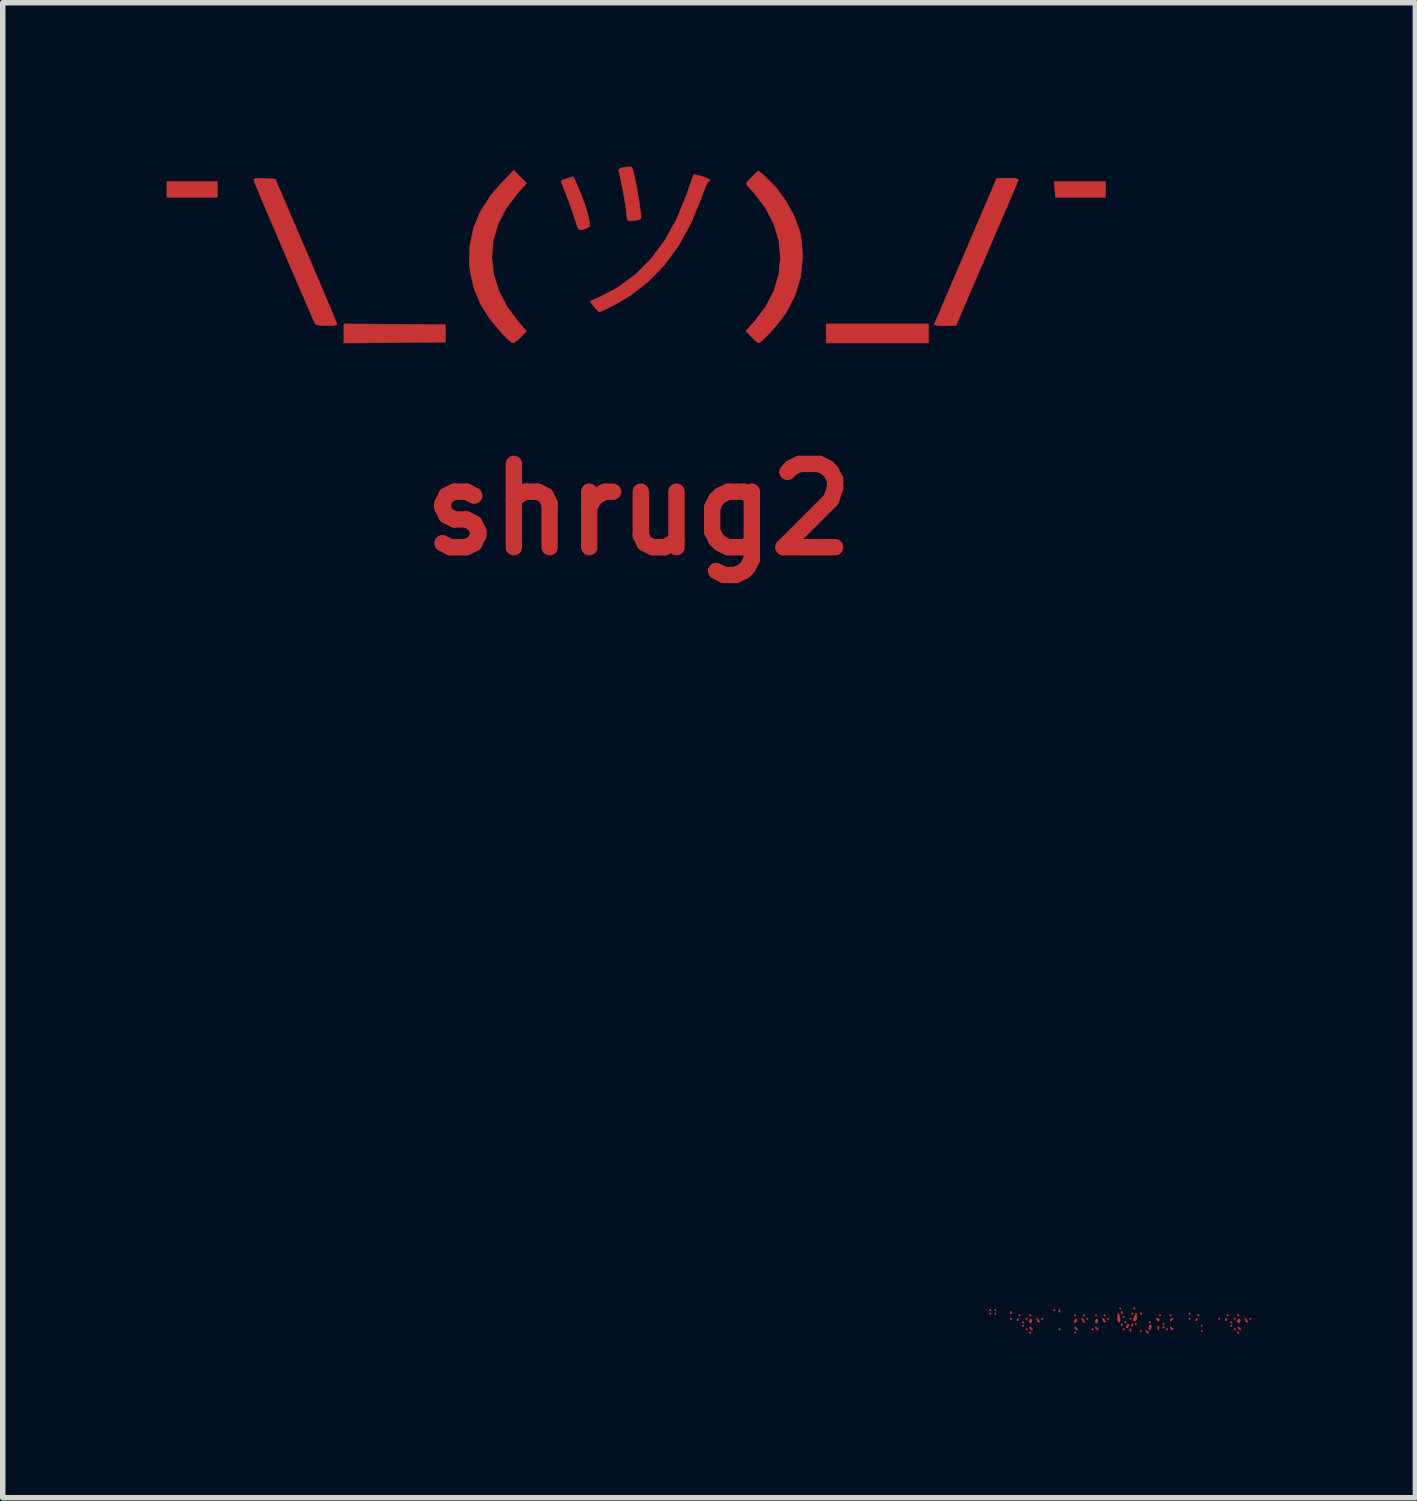
<source format=kicad_pcb>
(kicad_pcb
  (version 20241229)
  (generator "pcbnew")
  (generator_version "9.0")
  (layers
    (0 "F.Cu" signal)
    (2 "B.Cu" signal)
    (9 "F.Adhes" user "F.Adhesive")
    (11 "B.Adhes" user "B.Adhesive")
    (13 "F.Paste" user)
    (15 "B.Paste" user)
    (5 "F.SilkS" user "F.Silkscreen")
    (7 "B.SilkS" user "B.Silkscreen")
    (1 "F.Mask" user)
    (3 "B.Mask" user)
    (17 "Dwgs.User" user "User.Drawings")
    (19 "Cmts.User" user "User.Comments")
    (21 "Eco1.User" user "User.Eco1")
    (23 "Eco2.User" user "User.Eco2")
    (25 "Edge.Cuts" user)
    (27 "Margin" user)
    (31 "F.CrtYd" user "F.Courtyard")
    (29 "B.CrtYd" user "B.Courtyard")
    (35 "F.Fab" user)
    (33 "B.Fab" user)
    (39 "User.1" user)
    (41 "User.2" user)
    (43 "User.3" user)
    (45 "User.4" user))
  (footprint "shrug2"
    (layer "F.Cu")
    (at 8.641 6.275)
    (property "Reference" "shrug2" (at 0 0 0) (layer "F.Cu") (effects (font (size 1.524 1.524) (thickness 0.3))))
    (attr through_hole)
    (fp_poly (pts (xy -7.715 -5.715) (xy -8.636 -5.715) (xy -8.636 -6.001) (xy -7.715 -6.001) (xy -7.715 -5.715)) (stroke (width 0.01) (type solid)) (fill yes) (layer "F.Cu"))
    (fp_poly (pts (xy 5.302 -3.048) (xy 3.429 -3.048) (xy 3.429 -3.397) (xy 5.302 -3.397) (xy 5.302 -3.048)) (stroke (width 0.01) (type solid)) (fill yes) (layer "F.Cu"))
    (fp_poly (pts (xy 6.445 14.653) (xy 6.429 14.668) (xy 6.413 14.653) (xy 6.429 14.637) (xy 6.445 14.653)) (stroke (width 0.01) (type solid)) (fill yes) (layer "F.Cu"))
    (fp_poly (pts (xy 6.445 14.716) (xy 6.429 14.732) (xy 6.413 14.716) (xy 6.429 14.7) (xy 6.445 14.716)) (stroke (width 0.01) (type solid)) (fill yes) (layer "F.Cu"))
    (fp_poly (pts (xy 6.54 14.653) (xy 6.525 14.668) (xy 6.509 14.653) (xy 6.525 14.637) (xy 6.54 14.653)) (stroke (width 0.01) (type solid)) (fill yes) (layer "F.Cu"))
    (fp_poly (pts (xy 6.54 14.716) (xy 6.525 14.732) (xy 6.509 14.716) (xy 6.525 14.7) (xy 6.54 14.716)) (stroke (width 0.01) (type solid)) (fill yes) (layer "F.Cu"))
    (fp_poly (pts (xy 6.826 14.811) (xy 6.81 14.827) (xy 6.795 14.811) (xy 6.81 14.796) (xy 6.826 14.811)) (stroke (width 0.01) (type solid)) (fill yes) (layer "F.Cu"))
    (fp_poly (pts (xy 6.985 14.748) (xy 6.969 14.764) (xy 6.953 14.748) (xy 6.969 14.732) (xy 6.985 14.748)) (stroke (width 0.01) (type solid)) (fill yes) (layer "F.Cu"))
    (fp_poly (pts (xy 7.048 14.875) (xy 7.033 14.891) (xy 7.017 14.875) (xy 7.033 14.859) (xy 7.048 14.875)) (stroke (width 0.01) (type solid)) (fill yes) (layer "F.Cu"))
    (fp_poly (pts (xy 7.048 14.938) (xy 7.033 14.954) (xy 7.017 14.938) (xy 7.033 14.922) (xy 7.048 14.938)) (stroke (width 0.01) (type solid)) (fill yes) (layer "F.Cu"))
    (fp_poly (pts (xy 7.112 14.811) (xy 7.096 14.827) (xy 7.08 14.811) (xy 7.096 14.796) (xy 7.112 14.811)) (stroke (width 0.01) (type solid)) (fill yes) (layer "F.Cu"))
    (fp_poly (pts (xy 7.112 15.002) (xy 7.096 15.018) (xy 7.08 15.002) (xy 7.096 14.986) (xy 7.112 15.002)) (stroke (width 0.01) (type solid)) (fill yes) (layer "F.Cu"))
    (fp_poly (pts (xy 7.176 14.748) (xy 7.16 14.764) (xy 7.144 14.748) (xy 7.16 14.732) (xy 7.176 14.748)) (stroke (width 0.01) (type solid)) (fill yes) (layer "F.Cu"))
    (fp_poly (pts (xy 7.176 15.065) (xy 7.16 15.081) (xy 7.144 15.065) (xy 7.16 15.05) (xy 7.176 15.065)) (stroke (width 0.01) (type solid)) (fill yes) (layer "F.Cu"))
    (fp_poly (pts (xy 7.398 14.811) (xy 7.382 14.827) (xy 7.366 14.811) (xy 7.382 14.796) (xy 7.398 14.811)) (stroke (width 0.01) (type solid)) (fill yes) (layer "F.Cu"))
    (fp_poly (pts (xy 7.62 14.653) (xy 7.604 14.668) (xy 7.588 14.653) (xy 7.604 14.637) (xy 7.62 14.653)) (stroke (width 0.01) (type solid)) (fill yes) (layer "F.Cu"))
    (fp_poly (pts (xy 7.715 15.002) (xy 7.699 15.018) (xy 7.684 15.002) (xy 7.699 14.986) (xy 7.715 15.002)) (stroke (width 0.01) (type solid)) (fill yes) (layer "F.Cu"))
    (fp_poly (pts (xy 8.001 14.748) (xy 7.985 14.764) (xy 7.969 14.748) (xy 7.985 14.732) (xy 8.001 14.748)) (stroke (width 0.01) (type solid)) (fill yes) (layer "F.Cu"))
    (fp_poly (pts (xy 8.001 15.065) (xy 7.985 15.081) (xy 7.969 15.065) (xy 7.985 15.05) (xy 8.001 15.065)) (stroke (width 0.01) (type solid)) (fill yes) (layer "F.Cu"))
    (fp_poly (pts (xy 8.16 14.748) (xy 8.144 14.764) (xy 8.128 14.748) (xy 8.144 14.732) (xy 8.16 14.748)) (stroke (width 0.01) (type solid)) (fill yes) (layer "F.Cu"))
    (fp_poly (pts (xy 8.223 14.811) (xy 8.207 14.827) (xy 8.191 14.811) (xy 8.207 14.796) (xy 8.223 14.811)) (stroke (width 0.01) (type solid)) (fill yes) (layer "F.Cu"))
    (fp_poly (pts (xy 8.319 15.002) (xy 8.303 15.018) (xy 8.287 15.002) (xy 8.303 14.986) (xy 8.319 15.002)) (stroke (width 0.01) (type solid)) (fill yes) (layer "F.Cu"))
    (fp_poly (pts (xy 8.382 14.748) (xy 8.366 14.764) (xy 8.35 14.748) (xy 8.366 14.732) (xy 8.382 14.748)) (stroke (width 0.01) (type solid)) (fill yes) (layer "F.Cu"))
    (fp_poly (pts (xy 8.541 14.748) (xy 8.525 14.764) (xy 8.509 14.748) (xy 8.525 14.732) (xy 8.541 14.748)) (stroke (width 0.01) (type solid)) (fill yes) (layer "F.Cu"))
    (fp_poly (pts (xy 8.604 14.811) (xy 8.588 14.827) (xy 8.572 14.811) (xy 8.588 14.796) (xy 8.604 14.811)) (stroke (width 0.01) (type solid)) (fill yes) (layer "F.Cu"))
    (fp_poly (pts (xy 8.826 14.621) (xy 8.811 14.637) (xy 8.795 14.621) (xy 8.811 14.605) (xy 8.826 14.621)) (stroke (width 0.01) (type solid)) (fill yes) (layer "F.Cu"))
    (fp_poly (pts (xy 8.89 14.78) (xy 8.874 14.796) (xy 8.858 14.78) (xy 8.874 14.764) (xy 8.89 14.78)) (stroke (width 0.01) (type solid)) (fill yes) (layer "F.Cu"))
    (fp_poly (pts (xy 8.89 15.002) (xy 8.874 15.018) (xy 8.858 15.002) (xy 8.874 14.986) (xy 8.89 15.002)) (stroke (width 0.01) (type solid)) (fill yes) (layer "F.Cu"))
    (fp_poly (pts (xy 8.922 14.875) (xy 8.906 14.891) (xy 8.89 14.875) (xy 8.906 14.859) (xy 8.922 14.875)) (stroke (width 0.01) (type solid)) (fill yes) (layer "F.Cu"))
    (fp_poly (pts (xy 9.017 14.811) (xy 9.001 14.827) (xy 8.985 14.811) (xy 9.001 14.796) (xy 9.017 14.811)) (stroke (width 0.01) (type solid)) (fill yes) (layer "F.Cu"))
    (fp_poly (pts (xy 9.049 14.716) (xy 9.033 14.732) (xy 9.017 14.716) (xy 9.033 14.7) (xy 9.049 14.716)) (stroke (width 0.01) (type solid)) (fill yes) (layer "F.Cu"))
    (fp_poly (pts (xy 9.081 14.621) (xy 9.065 14.637) (xy 9.049 14.621) (xy 9.065 14.605) (xy 9.081 14.621)) (stroke (width 0.01) (type solid)) (fill yes) (layer "F.Cu"))
    (fp_poly (pts (xy 9.112 14.907) (xy 9.096 14.922) (xy 9.081 14.907) (xy 9.096 14.891) (xy 9.112 14.907)) (stroke (width 0.01) (type solid)) (fill yes) (layer "F.Cu"))
    (fp_poly (pts (xy 9.207 14.716) (xy 9.192 14.732) (xy 9.176 14.716) (xy 9.192 14.7) (xy 9.207 14.716)) (stroke (width 0.01) (type solid)) (fill yes) (layer "F.Cu"))
    (fp_poly (pts (xy 9.207 15.034) (xy 9.192 15.05) (xy 9.176 15.034) (xy 9.192 15.018) (xy 9.207 15.034)) (stroke (width 0.01) (type solid)) (fill yes) (layer "F.Cu"))
    (fp_poly (pts (xy 9.366 14.875) (xy 9.35 14.891) (xy 9.335 14.875) (xy 9.35 14.859) (xy 9.366 14.875)) (stroke (width 0.01) (type solid)) (fill yes) (layer "F.Cu"))
    (fp_poly (pts (xy 9.557 14.748) (xy 9.541 14.764) (xy 9.525 14.748) (xy 9.541 14.732) (xy 9.557 14.748)) (stroke (width 0.01) (type solid)) (fill yes) (layer "F.Cu"))
    (fp_poly (pts (xy 9.62 14.907) (xy 9.604 14.922) (xy 9.588 14.907) (xy 9.604 14.891) (xy 9.62 14.907)) (stroke (width 0.01) (type solid)) (fill yes) (layer "F.Cu"))
    (fp_poly (pts (xy 9.62 14.97) (xy 9.604 14.986) (xy 9.588 14.97) (xy 9.604 14.954) (xy 9.62 14.97)) (stroke (width 0.01) (type solid)) (fill yes) (layer "F.Cu"))
    (fp_poly (pts (xy 9.684 15.002) (xy 9.668 15.018) (xy 9.652 15.002) (xy 9.668 14.986) (xy 9.684 15.002)) (stroke (width 0.01) (type solid)) (fill yes) (layer "F.Cu"))
    (fp_poly (pts (xy 9.747 14.748) (xy 9.731 14.764) (xy 9.716 14.748) (xy 9.731 14.732) (xy 9.747 14.748)) (stroke (width 0.01) (type solid)) (fill yes) (layer "F.Cu"))
    (fp_poly (pts (xy 10.097 14.716) (xy 10.081 14.732) (xy 10.065 14.716) (xy 10.081 14.7) (xy 10.097 14.716)) (stroke (width 0.01) (type solid)) (fill yes) (layer "F.Cu"))
    (fp_poly (pts (xy 10.097 14.811) (xy 10.081 14.827) (xy 10.065 14.811) (xy 10.081 14.796) (xy 10.097 14.811)) (stroke (width 0.01) (type solid)) (fill yes) (layer "F.Cu"))
    (fp_poly (pts (xy 10.255 14.748) (xy 10.239 14.764) (xy 10.223 14.748) (xy 10.239 14.732) (xy 10.255 14.748)) (stroke (width 0.01) (type solid)) (fill yes) (layer "F.Cu"))
    (fp_poly (pts (xy 10.319 14.938) (xy 10.303 14.954) (xy 10.287 14.938) (xy 10.303 14.922) (xy 10.319 14.938)) (stroke (width 0.01) (type solid)) (fill yes) (layer "F.Cu"))
    (fp_poly (pts (xy 10.319 15.034) (xy 10.303 15.05) (xy 10.287 15.034) (xy 10.303 15.018) (xy 10.319 15.034)) (stroke (width 0.01) (type solid)) (fill yes) (layer "F.Cu"))
    (fp_poly (pts (xy 10.636 14.811) (xy 10.62 14.827) (xy 10.604 14.811) (xy 10.62 14.796) (xy 10.636 14.811)) (stroke (width 0.01) (type solid)) (fill yes) (layer "F.Cu"))
    (fp_poly (pts (xy 10.795 14.748) (xy 10.779 14.764) (xy 10.763 14.748) (xy 10.779 14.732) (xy 10.795 14.748)) (stroke (width 0.01) (type solid)) (fill yes) (layer "F.Cu"))
    (fp_poly (pts (xy 10.858 14.875) (xy 10.843 14.891) (xy 10.827 14.875) (xy 10.843 14.859) (xy 10.858 14.875)) (stroke (width 0.01) (type solid)) (fill yes) (layer "F.Cu"))
    (fp_poly (pts (xy 10.858 14.938) (xy 10.843 14.954) (xy 10.827 14.938) (xy 10.843 14.922) (xy 10.858 14.938)) (stroke (width 0.01) (type solid)) (fill yes) (layer "F.Cu"))
    (fp_poly (pts (xy 10.922 14.811) (xy 10.906 14.827) (xy 10.89 14.811) (xy 10.906 14.796) (xy 10.922 14.811)) (stroke (width 0.01) (type solid)) (fill yes) (layer "F.Cu"))
    (fp_poly (pts (xy 10.922 15.002) (xy 10.906 15.018) (xy 10.89 15.002) (xy 10.906 14.986) (xy 10.922 15.002)) (stroke (width 0.01) (type solid)) (fill yes) (layer "F.Cu"))
    (fp_poly (pts (xy 10.986 14.748) (xy 10.97 14.764) (xy 10.954 14.748) (xy 10.97 14.732) (xy 10.986 14.748)) (stroke (width 0.01) (type solid)) (fill yes) (layer "F.Cu"))
    (fp_poly (pts (xy 10.986 15.065) (xy 10.97 15.081) (xy 10.954 15.065) (xy 10.97 15.05) (xy 10.986 15.065)) (stroke (width 0.01) (type solid)) (fill yes) (layer "F.Cu"))
    (fp_poly (pts (xy 11.208 14.811) (xy 11.192 14.827) (xy 11.176 14.811) (xy 11.192 14.796) (xy 11.208 14.811)) (stroke (width 0.01) (type solid)) (fill yes) (layer "F.Cu"))
    (fp_poly (pts (xy 8.541 -5.715) (xy 7.626 -5.715) (xy 7.615 -5.858) (xy 7.604 -6.001) (xy 8.541 -6.001) (xy 8.541 -5.715)) (stroke (width 0.01) (type solid)) (fill yes) (layer "F.Cu"))
    (fp_poly (pts (xy -4.469 -3.39) (xy -3.54 -3.381) (xy -3.54 -3.064) (xy -4.469 -3.055) (xy -5.397 -3.047) (xy -5.397 -3.398) (xy -4.469 -3.39)) (stroke (width 0.01) (type solid)) (fill yes) (layer "F.Cu"))
    (fp_poly (pts (xy 6.816 14.679) (xy 6.819 14.717) (xy 6.816 14.721) (xy 6.797 14.717) (xy 6.795 14.7) (xy 6.806 14.674) (xy 6.816 14.679)) (stroke (width 0.01) (type solid)) (fill yes) (layer "F.Cu"))
    (fp_poly (pts (xy 6.943 14.806) (xy 6.946 14.844) (xy 6.943 14.848) (xy 6.924 14.844) (xy 6.921 14.827) (xy 6.933 14.801) (xy 6.943 14.806)) (stroke (width 0.01) (type solid)) (fill yes) (layer "F.Cu"))
    (fp_poly (pts (xy 7.705 14.647) (xy 7.708 14.685) (xy 7.705 14.69) (xy 7.686 14.685) (xy 7.684 14.668) (xy 7.695 14.642) (xy 7.705 14.647)) (stroke (width 0.01) (type solid)) (fill yes) (layer "F.Cu"))
    (fp_poly (pts (xy 8.848 14.679) (xy 8.851 14.717) (xy 8.848 14.721) (xy 8.829 14.717) (xy 8.826 14.7) (xy 8.838 14.674) (xy 8.848 14.679)) (stroke (width 0.01) (type solid)) (fill yes) (layer "F.Cu"))
    (fp_poly (pts (xy 8.848 14.901) (xy 8.851 14.939) (xy 8.848 14.944) (xy 8.829 14.939) (xy 8.826 14.922) (xy 8.838 14.896) (xy 8.848 14.901)) (stroke (width 0.01) (type solid)) (fill yes) (layer "F.Cu"))
    (fp_poly (pts (xy 9.006 14.997) (xy 9.01 15.034) (xy 9.006 15.039) (xy 8.988 15.035) (xy 8.985 15.018) (xy 8.997 14.992) (xy 9.006 14.997)) (stroke (width 0.01) (type solid)) (fill yes) (layer "F.Cu"))
    (fp_poly (pts (xy 9.038 14.901) (xy 9.042 14.939) (xy 9.038 14.944) (xy 9.019 14.939) (xy 9.017 14.922) (xy 9.029 14.896) (xy 9.038 14.901)) (stroke (width 0.01) (type solid)) (fill yes) (layer "F.Cu"))
    (fp_poly (pts (xy 9.515 14.948) (xy 9.519 14.998) (xy 9.512 15.009) (xy 9.498 15) (xy 9.496 14.967) (xy 9.504 14.934) (xy 9.515 14.948)) (stroke (width 0.01) (type solid)) (fill yes) (layer "F.Cu"))
    (fp_poly (pts (xy 10.213 14.806) (xy 10.217 14.844) (xy 10.213 14.848) (xy 10.194 14.844) (xy 10.192 14.827) (xy 10.203 14.801) (xy 10.213 14.806)) (stroke (width 0.01) (type solid)) (fill yes) (layer "F.Cu"))
    (fp_poly (pts (xy 10.753 14.806) (xy 10.756 14.844) (xy 10.753 14.848) (xy 10.734 14.844) (xy 10.732 14.827) (xy 10.743 14.801) (xy 10.753 14.806)) (stroke (width 0.01) (type solid)) (fill yes) (layer "F.Cu"))
    (fp_poly (pts (xy 7.171 14.967) (xy 7.205 14.999) (xy 7.198 15.017) (xy 7.193 15.018) (xy 7.166 14.995) (xy 7.157 14.981) (xy 7.153 14.959) (xy 7.171 14.967)) (stroke (width 0.01) (type solid)) (fill yes) (layer "F.Cu"))
    (fp_poly (pts (xy 7.302 14.815) (xy 7.306 14.819) (xy 7.332 14.86) (xy 7.328 14.876) (xy 7.304 14.866) (xy 7.289 14.837) (xy 7.279 14.799) (xy 7.302 14.815)) (stroke (width 0.01) (type solid)) (fill yes) (layer "F.Cu"))
    (fp_poly (pts (xy 7.996 14.967) (xy 8.03 14.999) (xy 8.023 15.017) (xy 8.019 15.018) (xy 7.992 14.995) (xy 7.982 14.981) (xy 7.978 14.959) (xy 7.996 14.967)) (stroke (width 0.01) (type solid)) (fill yes) (layer "F.Cu"))
    (fp_poly (pts (xy 8.019 14.817) (xy 8.013 14.841) (xy 7.987 14.886) (xy 7.971 14.879) (xy 7.969 14.861) (xy 7.992 14.818) (xy 8.001 14.812) (xy 8.019 14.817)) (stroke (width 0.01) (type solid)) (fill yes) (layer "F.Cu"))
    (fp_poly (pts (xy 8.128 14.815) (xy 8.132 14.819) (xy 8.157 14.86) (xy 8.154 14.876) (xy 8.13 14.866) (xy 8.114 14.837) (xy 8.104 14.799) (xy 8.128 14.815)) (stroke (width 0.01) (type solid)) (fill yes) (layer "F.Cu"))
    (fp_poly (pts (xy 8.377 14.967) (xy 8.411 14.997) (xy 8.414 15.004) (xy 8.399 15.017) (xy 8.367 14.988) (xy 8.363 14.981) (xy 8.359 14.959) (xy 8.377 14.967)) (stroke (width 0.01) (type solid)) (fill yes) (layer "F.Cu"))
    (fp_poly (pts (xy 8.509 14.815) (xy 8.513 14.819) (xy 8.538 14.86) (xy 8.535 14.876) (xy 8.511 14.866) (xy 8.495 14.837) (xy 8.485 14.799) (xy 8.509 14.815)) (stroke (width 0.01) (type solid)) (fill yes) (layer "F.Cu"))
    (fp_poly (pts (xy 8.971 14.912) (xy 8.966 14.937) (xy 8.94 14.981) (xy 8.923 14.974) (xy 8.922 14.956) (xy 8.945 14.913) (xy 8.953 14.907) (xy 8.971 14.912)) (stroke (width 0.01) (type solid)) (fill yes) (layer "F.Cu"))
    (fp_poly (pts (xy 9.298 15.031) (xy 9.332 15.06) (xy 9.335 15.067) (xy 9.319 15.08) (xy 9.288 15.051) (xy 9.284 15.045) (xy 9.28 15.023) (xy 9.298 15.031)) (stroke (width 0.01) (type solid)) (fill yes) (layer "F.Cu"))
    (fp_poly (pts (xy 9.742 14.967) (xy 9.776 14.997) (xy 9.779 15.004) (xy 9.764 15.017) (xy 9.733 14.988) (xy 9.728 14.981) (xy 9.725 14.959) (xy 9.742 14.967)) (stroke (width 0.01) (type solid)) (fill yes) (layer "F.Cu"))
    (fp_poly (pts (xy 10.981 14.967) (xy 11.014 14.997) (xy 11.017 15.004) (xy 11.002 15.017) (xy 10.971 14.988) (xy 10.967 14.981) (xy 10.963 14.959) (xy 10.981 14.967)) (stroke (width 0.01) (type solid)) (fill yes) (layer "F.Cu"))
    (fp_poly (pts (xy 11.112 14.815) (xy 11.116 14.819) (xy 11.142 14.86) (xy 11.138 14.876) (xy 11.114 14.866) (xy 11.099 14.837) (xy 11.089 14.799) (xy 11.112 14.815)) (stroke (width 0.01) (type solid)) (fill yes) (layer "F.Cu"))
    (fp_poly (pts (xy 7.193 14.824) (xy 7.197 14.845) (xy 7.182 14.886) (xy 7.17 14.891) (xy 7.144 14.867) (xy 7.144 14.861) (xy 7.166 14.817) (xy 7.17 14.815) (xy 7.193 14.824)) (stroke (width 0.01) (type solid)) (fill yes) (layer "F.Cu"))
    (fp_poly (pts (xy 8.4 14.824) (xy 8.403 14.845) (xy 8.388 14.886) (xy 8.377 14.891) (xy 8.351 14.867) (xy 8.35 14.861) (xy 8.373 14.817) (xy 8.377 14.815) (xy 8.4 14.824)) (stroke (width 0.01) (type solid)) (fill yes) (layer "F.Cu"))
    (fp_poly (pts (xy 9.383 14.946) (xy 9.378 14.97) (xy 9.355 15.012) (xy 9.347 15.018) (xy 9.336 14.992) (xy 9.335 14.97) (xy 9.351 14.928) (xy 9.365 14.922) (xy 9.383 14.946)) (stroke (width 0.01) (type solid)) (fill yes) (layer "F.Cu"))
    (fp_poly (pts (xy 9.524 14.819) (xy 9.525 14.827) (xy 9.514 14.858) (xy 9.511 14.859) (xy 9.484 14.837) (xy 9.477 14.827) (xy 9.48 14.798) (xy 9.491 14.796) (xy 9.524 14.819)) (stroke (width 0.01) (type solid)) (fill yes) (layer "F.Cu"))
    (fp_poly (pts (xy 9.769 14.816) (xy 9.763 14.827) (xy 9.733 14.858) (xy 9.728 14.859) (xy 9.725 14.838) (xy 9.731 14.827) (xy 9.761 14.797) (xy 9.767 14.796) (xy 9.769 14.816)) (stroke (width 0.01) (type solid)) (fill yes) (layer "F.Cu"))
    (fp_poly (pts (xy 11.003 14.824) (xy 11.007 14.845) (xy 10.992 14.886) (xy 10.98 14.891) (xy 10.954 14.867) (xy 10.954 14.861) (xy 10.976 14.817) (xy 10.98 14.815) (xy 11.003 14.824)) (stroke (width 0.01) (type solid)) (fill yes) (layer "F.Cu"))
    (fp_poly (pts (xy 8.795 14.755) (xy 8.798 14.761) (xy 8.811 14.841) (xy 8.796 14.871) (xy 8.773 14.872) (xy 8.765 14.815) (xy 8.765 14.794) (xy 8.768 14.725) (xy 8.776 14.714) (xy 8.795 14.755)) (stroke (width 0.01) (type solid)) (fill yes) (layer "F.Cu"))
    (fp_poly (pts (xy 9.108 14.728) (xy 9.11 14.772) (xy 9.102 14.835) (xy 9.081 14.859) (xy 9.051 14.841) (xy 9.051 14.835) (xy 9.064 14.789) (xy 9.081 14.748) (xy 9.1 14.71) (xy 9.108 14.728)) (stroke (width 0.01) (type solid)) (fill yes) (layer "F.Cu"))
    (fp_poly (pts (xy -1.11 -5.892) (xy -1.048 -5.745) (xy -0.993 -5.592) (xy -0.947 -5.446) (xy -0.915 -5.32) (xy -0.9 -5.227) (xy -0.905 -5.179) (xy -0.906 -5.178) (xy -0.958 -5.148) (xy -1.022 -5.127) (xy -1.067 -5.119) (xy -1.098 -5.132) (xy -1.123 -5.176) (xy -1.153 -5.263) (xy -1.173 -5.327) (xy -1.221 -5.475) (xy -1.281 -5.643) (xy -1.334 -5.78) (xy -1.378 -5.889) (xy -1.409 -5.972) (xy -1.421 -6.014) (xy -1.421 -6.017) (xy -1.389 -6.03) (xy -1.32 -6.054) (xy -1.307 -6.059) (xy -1.202 -6.094) (xy -1.11 -5.892)) (stroke (width 0.01) (type solid)) (fill yes) (layer "F.Cu"))
    (fp_poly (pts (xy 6.871 -6.061) (xy 6.932 -6.049) (xy 6.945 -6.028) (xy 6.944 -6.025) (xy 6.928 -5.988) (xy 6.89 -5.899) (xy 6.833 -5.764) (xy 6.758 -5.589) (xy 6.668 -5.379) (xy 6.566 -5.142) (xy 6.455 -4.883) (xy 6.366 -4.675) (xy 5.803 -3.365) (xy 5.598 -3.365) (xy 5.496 -3.369) (xy 5.427 -3.378) (xy 5.406 -3.389) (xy 5.421 -3.423) (xy 5.458 -3.508) (xy 5.515 -3.64) (xy 5.589 -3.813) (xy 5.678 -4.021) (xy 5.779 -4.257) (xy 5.89 -4.516) (xy 5.985 -4.739) (xy 6.552 -6.064) (xy 6.756 -6.064) (xy 6.871 -6.061)) (stroke (width 0.01) (type solid)) (fill yes) (layer "F.Cu"))
    (fp_poly (pts (xy -2.172 -6.091) (xy -2.054 -5.974) (xy -2.233 -5.773) (xy -2.437 -5.501) (xy -2.582 -5.213) (xy -2.666 -4.913) (xy -2.691 -4.607) (xy -2.656 -4.3) (xy -2.561 -3.998) (xy -2.406 -3.704) (xy -2.239 -3.479) (xy -2.057 -3.264) (xy -2.162 -3.156) (xy -2.231 -3.092) (xy -2.286 -3.053) (xy -2.301 -3.048) (xy -2.34 -3.069) (xy -2.406 -3.126) (xy -2.48 -3.199) (xy -2.715 -3.474) (xy -2.891 -3.749) (xy -3.012 -4.033) (xy -3.082 -4.335) (xy -3.099 -4.49) (xy -3.093 -4.827) (xy -3.025 -5.15) (xy -2.895 -5.46) (xy -2.704 -5.755) (xy -2.536 -5.95) (xy -2.29 -6.207) (xy -2.172 -6.091)) (stroke (width 0.01) (type solid)) (fill yes) (layer "F.Cu"))
    (fp_poly (pts (xy -0.136 -6.27) (xy -0.132 -6.268) (xy -0.114 -6.229) (xy -0.091 -6.141) (xy -0.064 -6.02) (xy -0.036 -5.877) (xy -0.01 -5.728) (xy 0.013 -5.584) (xy 0.03 -5.46) (xy 0.039 -5.368) (xy 0.036 -5.323) (xy 0.035 -5.321) (xy -0.024 -5.3) (xy -0.102 -5.286) (xy -0.171 -5.283) (xy -0.2 -5.291) (xy -0.216 -5.336) (xy -0.222 -5.401) (xy -0.228 -5.466) (xy -0.244 -5.575) (xy -0.267 -5.712) (xy -0.294 -5.86) (xy -0.321 -6) (xy -0.346 -6.117) (xy -0.365 -6.193) (xy -0.368 -6.204) (xy -0.358 -6.237) (xy -0.292 -6.258) (xy -0.264 -6.262) (xy -0.184 -6.27) (xy -0.136 -6.27)) (stroke (width 0.01) (type solid)) (fill yes) (layer "F.Cu"))
    (fp_poly (pts (xy -6.855 -6.058) (xy -6.654 -6.048) (xy -6.089 -4.731) (xy -5.973 -4.46) (xy -5.865 -4.206) (xy -5.767 -3.975) (xy -5.682 -3.775) (xy -5.613 -3.61) (xy -5.562 -3.487) (xy -5.532 -3.412) (xy -5.524 -3.39) (xy -5.553 -3.376) (xy -5.623 -3.368) (xy -5.716 -3.366) (xy -5.81 -3.37) (xy -5.885 -3.379) (xy -5.919 -3.394) (xy -5.936 -3.43) (xy -5.975 -3.518) (xy -6.033 -3.65) (xy -6.106 -3.818) (xy -6.191 -4.015) (xy -6.286 -4.234) (xy -6.386 -4.468) (xy -6.489 -4.709) (xy -6.592 -4.949) (xy -6.692 -5.182) (xy -6.785 -5.4) (xy -6.868 -5.596) (xy -6.938 -5.762) (xy -6.993 -5.892) (xy -7.028 -5.977) (xy -7.04 -6.01) (xy -7.043 -6.041) (xy -7.02 -6.057) (xy -6.958 -6.061) (xy -6.855 -6.058)) (stroke (width 0.01) (type solid)) (fill yes) (layer "F.Cu"))
    (fp_poly (pts (xy 1.11 -6.11) (xy 1.193 -6.084) (xy 1.264 -6.056) (xy 1.301 -6.032) (xy 1.302 -6.028) (xy 1.278 -6.001) (xy 1.274 -6.001) (xy 1.252 -5.973) (xy 1.217 -5.897) (xy 1.173 -5.787) (xy 1.144 -5.707) (xy 0.956 -5.246) (xy 0.732 -4.837) (xy 0.47 -4.478) (xy 0.17 -4.169) (xy -0.127 -3.938) (xy -0.23 -3.872) (xy -0.35 -3.801) (xy -0.475 -3.733) (xy -0.588 -3.674) (xy -0.676 -3.634) (xy -0.723 -3.619) (xy -0.758 -3.643) (xy -0.809 -3.7) (xy -0.821 -3.715) (xy -0.892 -3.811) (xy -0.74 -3.876) (xy -0.384 -4.062) (xy -0.06 -4.302) (xy 0.229 -4.593) (xy 0.482 -4.934) (xy 0.697 -5.322) (xy 0.873 -5.755) (xy 0.876 -5.763) (xy 0.923 -5.901) (xy 0.964 -6.016) (xy 0.992 -6.094) (xy 1.004 -6.124) (xy 1.04 -6.126) (xy 1.11 -6.11)) (stroke (width 0.01) (type solid)) (fill yes) (layer "F.Cu"))
    (fp_poly (pts (xy 2.292 -6.112) (xy 2.499 -5.907) (xy 2.683 -5.66) (xy 2.833 -5.39) (xy 2.938 -5.116) (xy 2.955 -5.048) (xy 2.974 -4.933) (xy 2.988 -4.782) (xy 2.994 -4.624) (xy 2.994 -4.587) (xy 2.959 -4.25) (xy 2.863 -3.928) (xy 2.705 -3.621) (xy 2.686 -3.591) (xy 2.616 -3.493) (xy 2.528 -3.384) (xy 2.433 -3.274) (xy 2.341 -3.174) (xy 2.262 -3.097) (xy 2.207 -3.054) (xy 2.191 -3.048) (xy 2.159 -3.069) (xy 2.101 -3.122) (xy 2.065 -3.158) (xy 1.959 -3.267) (xy 2.115 -3.439) (xy 2.324 -3.712) (xy 2.473 -4.002) (xy 2.563 -4.303) (xy 2.593 -4.609) (xy 2.564 -4.915) (xy 2.475 -5.217) (xy 2.327 -5.508) (xy 2.119 -5.783) (xy 2.084 -5.822) (xy 2.019 -5.895) (xy 1.977 -5.949) (xy 1.968 -5.967) (xy 1.989 -6) (xy 2.042 -6.059) (xy 2.078 -6.094) (xy 2.187 -6.2) (xy 2.292 -6.112)) (stroke (width 0.01) (type solid)) (fill yes) (layer "F.Cu")))
  (gr_rect
    (start -3 -3)
    (end 22.854 24.361)
    (stroke (width 0.1) (type default))
    (fill no)
    (layer "Edge.Cuts")))
</source>
